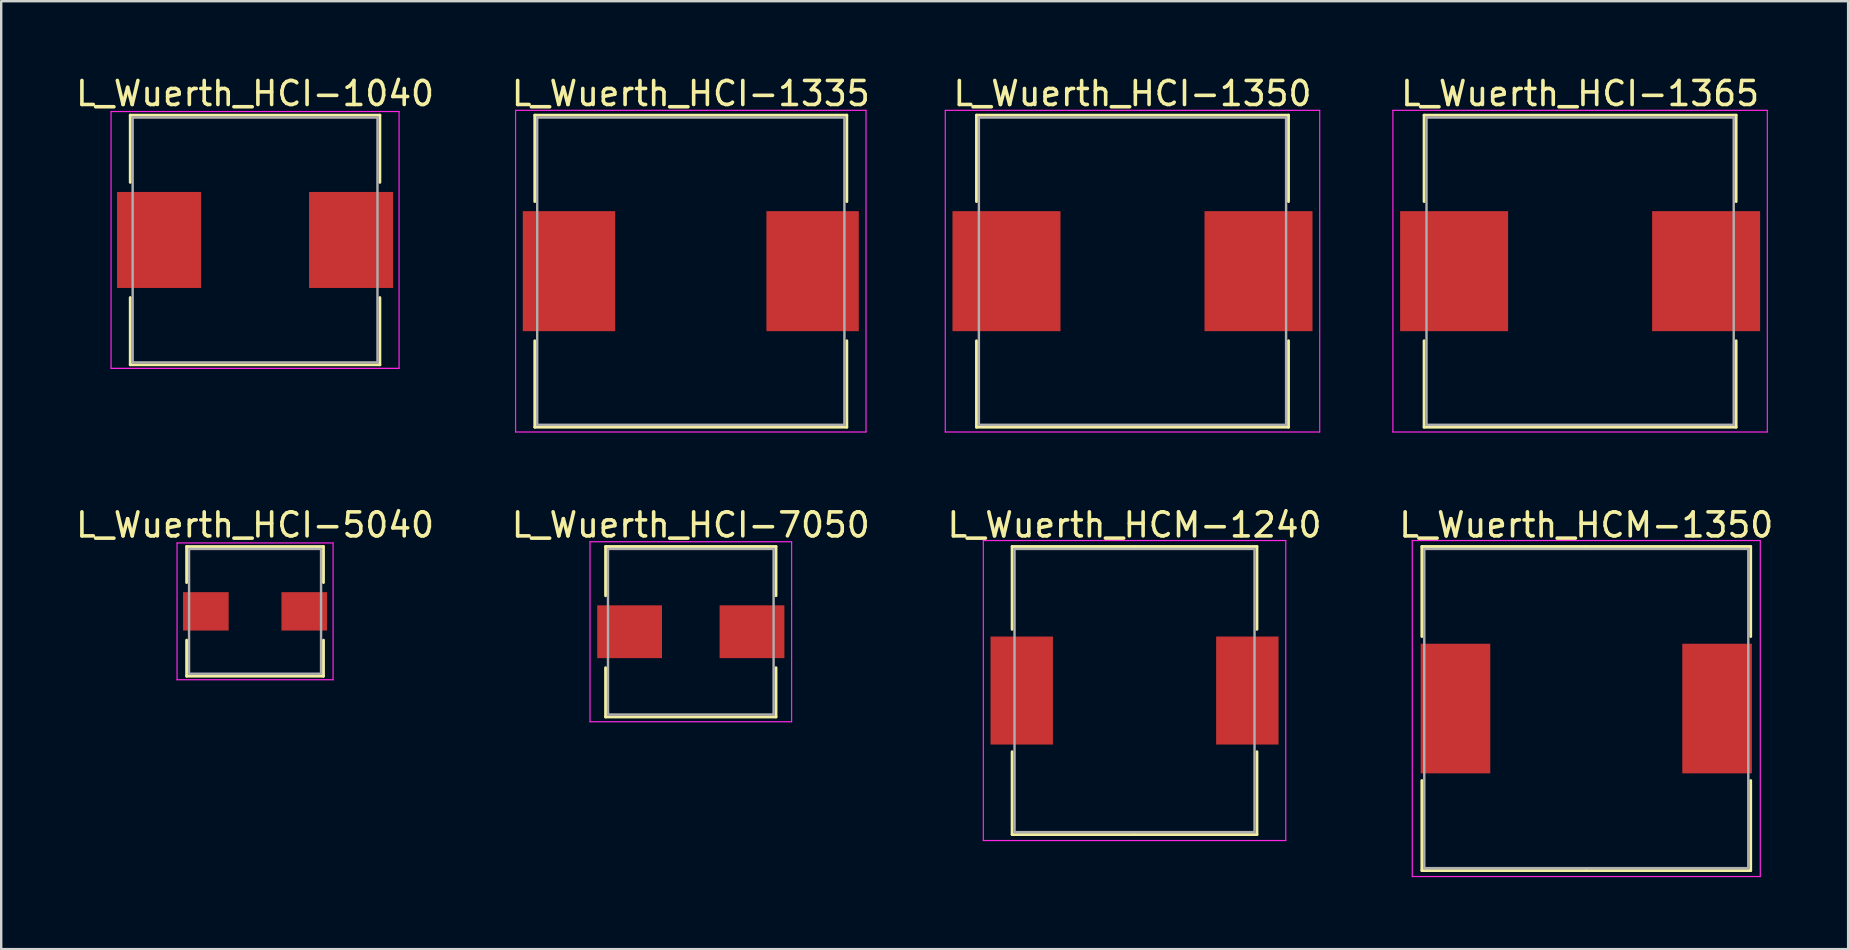
<source format=kicad_pcb>
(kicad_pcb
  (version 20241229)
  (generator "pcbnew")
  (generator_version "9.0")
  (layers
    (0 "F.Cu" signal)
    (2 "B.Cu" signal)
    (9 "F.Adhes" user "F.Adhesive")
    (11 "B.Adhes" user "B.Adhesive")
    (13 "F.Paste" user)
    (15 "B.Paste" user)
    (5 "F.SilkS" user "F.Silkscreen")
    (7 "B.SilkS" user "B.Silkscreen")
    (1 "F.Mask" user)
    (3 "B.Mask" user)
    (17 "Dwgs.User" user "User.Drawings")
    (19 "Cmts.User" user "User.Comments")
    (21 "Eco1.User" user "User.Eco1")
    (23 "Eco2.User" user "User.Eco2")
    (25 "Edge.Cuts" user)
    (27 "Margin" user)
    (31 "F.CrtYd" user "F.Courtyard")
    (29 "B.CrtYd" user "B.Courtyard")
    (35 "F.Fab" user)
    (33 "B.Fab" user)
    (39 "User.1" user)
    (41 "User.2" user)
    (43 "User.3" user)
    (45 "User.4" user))
  (footprint "L_Wuerth_HCI-1350"
    (layer "F.Cu")
    (at 44.135 8.248)
    (property "Reference" "L_Wuerth_HCI-1350" (at 0 -7.4 0) (layer "F.SilkS") (effects (font (size 1 1) (thickness 0.15))))
    (attr smd)
    (fp_line (start -6.5 -6.5) (end 6.5 -6.5) (stroke (width 0.12) (type solid)) (layer "F.SilkS"))
    (fp_line (start -6.5 -2.9) (end -6.5 -6.5) (stroke (width 0.12) (type solid)) (layer "F.SilkS"))
    (fp_line (start -6.5 2.9) (end -6.5 6.5) (stroke (width 0.12) (type solid)) (layer "F.SilkS"))
    (fp_line (start -6.5 6.5) (end 6.5 6.5) (stroke (width 0.12) (type solid)) (layer "F.SilkS"))
    (fp_line (start 6.5 -6.5) (end 6.5 -2.9) (stroke (width 0.12) (type solid)) (layer "F.SilkS"))
    (fp_line (start 6.5 6.5) (end 6.5 2.9) (stroke (width 0.12) (type solid)) (layer "F.SilkS"))
    (fp_line (start -7.8 -6.7) (end -7.8 6.7) (stroke (width 0.05) (type solid)) (layer "F.CrtYd"))
    (fp_line (start -7.8 6.7) (end 7.8 6.7) (stroke (width 0.05) (type solid)) (layer "F.CrtYd"))
    (fp_line (start 7.8 -6.7) (end -7.8 -6.7) (stroke (width 0.05) (type solid)) (layer "F.CrtYd"))
    (fp_line (start 7.8 6.7) (end 7.8 -6.7) (stroke (width 0.05) (type solid)) (layer "F.CrtYd"))
    (fp_line (start -6.4 -6.4) (end -6.4 6.4) (stroke (width 0.1) (type solid)) (layer "F.Fab"))
    (fp_line (start -6.4 6.4) (end 6.4 6.4) (stroke (width 0.1) (type solid)) (layer "F.Fab"))
    (fp_line (start 6.4 -6.4) (end -6.4 -6.4) (stroke (width 0.1) (type solid)) (layer "F.Fab"))
    (fp_line (start 6.4 6.4) (end 6.4 -6.4) (stroke (width 0.1) (type solid)) (layer "F.Fab"))
    (pad "1" smd rect (at -5.25 0) (size 4.5 5) (layers "F.Cu" "F.Mask" "F.Paste"))
    (pad "2" smd rect (at 5.25 0) (size 4.5 5) (layers "F.Cu" "F.Mask" "F.Paste")))
  (footprint "L_Wuerth_HCM-1240"
    (layer "F.Cu")
    (at 44.22 25.721)
    (property "Reference" "L_Wuerth_HCM-1240" (at 0 -6.9 0) (layer "F.SilkS") (effects (font (size 1 1) (thickness 0.15))))
    (attr smd)
    (fp_line (start -5.1 -6) (end 0 -6) (stroke (width 0.12) (type solid)) (layer "F.SilkS"))
    (fp_line (start -5.1 -2.55) (end -5.1 -6) (stroke (width 0.12) (type solid)) (layer "F.SilkS"))
    (fp_line (start -5.1 2.55) (end -5.1 6) (stroke (width 0.12) (type solid)) (layer "F.SilkS"))
    (fp_line (start -5.1 6) (end 0 6) (stroke (width 0.12) (type solid)) (layer "F.SilkS"))
    (fp_line (start 5.1 -6) (end 0 -6) (stroke (width 0.12) (type solid)) (layer "F.SilkS"))
    (fp_line (start 5.1 -2.55) (end 5.1 -6) (stroke (width 0.12) (type solid)) (layer "F.SilkS"))
    (fp_line (start 5.1 2.55) (end 5.1 6) (stroke (width 0.12) (type solid)) (layer "F.SilkS"))
    (fp_line (start 5.1 6) (end 0 6) (stroke (width 0.12) (type solid)) (layer "F.SilkS"))
    (fp_line (start -6.3 -6.25) (end -6.3 6.25) (stroke (width 0.05) (type solid)) (layer "F.CrtYd"))
    (fp_line (start -6.3 6.25) (end 6.3 6.25) (stroke (width 0.05) (type solid)) (layer "F.CrtYd"))
    (fp_line (start 6.3 -6.25) (end -6.3 -6.25) (stroke (width 0.05) (type solid)) (layer "F.CrtYd"))
    (fp_line (start 6.3 6.25) (end 6.3 -6.25) (stroke (width 0.05) (type solid)) (layer "F.CrtYd"))
    (fp_line (start -5 -5.9) (end -5 5.9) (stroke (width 0.1) (type solid)) (layer "F.Fab"))
    (fp_line (start -5 5.9) (end 5 5.9) (stroke (width 0.1) (type solid)) (layer "F.Fab"))
    (fp_line (start 5 -5.9) (end -5 -5.9) (stroke (width 0.1) (type solid)) (layer "F.Fab"))
    (fp_line (start 5 5.9) (end 5 -5.9) (stroke (width 0.1) (type solid)) (layer "F.Fab"))
    (pad "1" smd rect (at -4.7 0) (size 2.6 4.5) (layers "F.Cu" "F.Mask" "F.Paste"))
    (pad "2" smd rect (at 4.7 0) (size 2.6 4.5) (layers "F.Cu" "F.Mask" "F.Paste")))
  (footprint "L_Wuerth_HCI-1040"
    (layer "F.Cu")
    (at 7.577 6.948)
    (property "Reference" "L_Wuerth_HCI-1040" (at 0 -6.1 0) (layer "F.SilkS") (effects (font (size 1 1) (thickness 0.15))))
    (attr smd)
    (fp_line (start -5.2 -5.2) (end 5.2 -5.2) (stroke (width 0.12) (type solid)) (layer "F.SilkS"))
    (fp_line (start -5.2 -2.4) (end -5.2 -5.2) (stroke (width 0.12) (type solid)) (layer "F.SilkS"))
    (fp_line (start -5.2 2.4) (end -5.2 5.2) (stroke (width 0.12) (type solid)) (layer "F.SilkS"))
    (fp_line (start -5.2 5.2) (end 5.2 5.2) (stroke (width 0.12) (type solid)) (layer "F.SilkS"))
    (fp_line (start 5.2 -5.2) (end 5.2 -2.4) (stroke (width 0.12) (type solid)) (layer "F.SilkS"))
    (fp_line (start 5.2 5.2) (end 5.2 2.4) (stroke (width 0.12) (type solid)) (layer "F.SilkS"))
    (fp_line (start -6 -5.35) (end -6 5.35) (stroke (width 0.05) (type solid)) (layer "F.CrtYd"))
    (fp_line (start -6 5.35) (end 6 5.35) (stroke (width 0.05) (type solid)) (layer "F.CrtYd"))
    (fp_line (start 6 -5.35) (end -6 -5.35) (stroke (width 0.05) (type solid)) (layer "F.CrtYd"))
    (fp_line (start 6 5.35) (end 6 -5.35) (stroke (width 0.05) (type solid)) (layer "F.CrtYd"))
    (fp_line (start -5.1 -5.1) (end -5.1 5.1) (stroke (width 0.1) (type solid)) (layer "F.Fab"))
    (fp_line (start -5.1 5.1) (end 5.1 5.1) (stroke (width 0.1) (type solid)) (layer "F.Fab"))
    (fp_line (start 5.1 -5.1) (end -5.1 -5.1) (stroke (width 0.1) (type solid)) (layer "F.Fab"))
    (fp_line (start 5.1 5.1) (end 5.1 -5.1) (stroke (width 0.1) (type solid)) (layer "F.Fab"))
    (pad "1" smd rect (at -4 0) (size 3.5 4) (layers "F.Cu" "F.Mask" "F.Paste"))
    (pad "2" smd rect (at 4 0) (size 3.5 4) (layers "F.Cu" "F.Mask" "F.Paste")))
  (footprint "L_Wuerth_HCI-1365"
    (layer "F.Cu")
    (at 62.785 8.248)
    (property "Reference" "L_Wuerth_HCI-1365" (at 0 -7.4 0) (layer "F.SilkS") (effects (font (size 1 1) (thickness 0.15))))
    (attr smd)
    (fp_line (start -6.5 -6.5) (end 6.5 -6.5) (stroke (width 0.12) (type solid)) (layer "F.SilkS"))
    (fp_line (start -6.5 -2.9) (end -6.5 -6.5) (stroke (width 0.12) (type solid)) (layer "F.SilkS"))
    (fp_line (start -6.5 2.9) (end -6.5 6.5) (stroke (width 0.12) (type solid)) (layer "F.SilkS"))
    (fp_line (start -6.5 6.5) (end 6.5 6.5) (stroke (width 0.12) (type solid)) (layer "F.SilkS"))
    (fp_line (start 6.5 -6.5) (end 6.5 -2.9) (stroke (width 0.12) (type solid)) (layer "F.SilkS"))
    (fp_line (start 6.5 6.5) (end 6.5 2.9) (stroke (width 0.12) (type solid)) (layer "F.SilkS"))
    (fp_line (start -7.8 -6.7) (end -7.8 6.7) (stroke (width 0.05) (type solid)) (layer "F.CrtYd"))
    (fp_line (start -7.8 6.7) (end 7.8 6.7) (stroke (width 0.05) (type solid)) (layer "F.CrtYd"))
    (fp_line (start 7.8 -6.7) (end -7.8 -6.7) (stroke (width 0.05) (type solid)) (layer "F.CrtYd"))
    (fp_line (start 7.8 6.7) (end 7.8 -6.7) (stroke (width 0.05) (type solid)) (layer "F.CrtYd"))
    (fp_line (start -6.4 -6.4) (end -6.4 6.4) (stroke (width 0.1) (type solid)) (layer "F.Fab"))
    (fp_line (start -6.4 6.4) (end 6.4 6.4) (stroke (width 0.1) (type solid)) (layer "F.Fab"))
    (fp_line (start 6.4 -6.4) (end -6.4 -6.4) (stroke (width 0.1) (type solid)) (layer "F.Fab"))
    (fp_line (start 6.4 6.4) (end 6.4 -6.4) (stroke (width 0.1) (type solid)) (layer "F.Fab"))
    (pad "1" smd rect (at -5.25 0) (size 4.5 5) (layers "F.Cu" "F.Mask" "F.Paste"))
    (pad "2" smd rect (at 5.25 0) (size 4.5 5) (layers "F.Cu" "F.Mask" "F.Paste")))
  (footprint "L_Wuerth_HCI-5040"
    (layer "F.Cu")
    (at 7.577 22.422)
    (property "Reference" "L_Wuerth_HCI-5040" (at 0 -3.6 0) (layer "F.SilkS") (effects (font (size 1 1) (thickness 0.15))))
    (attr smd)
    (fp_line (start -2.85 -2.7) (end 2.85 -2.7) (stroke (width 0.12) (type solid)) (layer "F.SilkS"))
    (fp_line (start -2.85 -1.2) (end -2.85 -2.7) (stroke (width 0.12) (type solid)) (layer "F.SilkS"))
    (fp_line (start -2.85 1.2) (end -2.85 2.7) (stroke (width 0.12) (type solid)) (layer "F.SilkS"))
    (fp_line (start -2.85 2.7) (end 2.85 2.7) (stroke (width 0.12) (type solid)) (layer "F.SilkS"))
    (fp_line (start 2.85 -2.7) (end 2.85 -1.2) (stroke (width 0.12) (type solid)) (layer "F.SilkS"))
    (fp_line (start 2.85 2.7) (end 2.85 1.2) (stroke (width 0.12) (type solid)) (layer "F.SilkS"))
    (fp_line (start -3.25 -2.85) (end -3.25 2.85) (stroke (width 0.05) (type solid)) (layer "F.CrtYd"))
    (fp_line (start -3.25 2.85) (end 3.25 2.85) (stroke (width 0.05) (type solid)) (layer "F.CrtYd"))
    (fp_line (start 3.25 -2.85) (end -3.25 -2.85) (stroke (width 0.05) (type solid)) (layer "F.CrtYd"))
    (fp_line (start 3.25 2.85) (end 3.25 -2.85) (stroke (width 0.05) (type solid)) (layer "F.CrtYd"))
    (fp_line (start -2.75 -2.6) (end -2.75 2.6) (stroke (width 0.1) (type solid)) (layer "F.Fab"))
    (fp_line (start -2.75 2.6) (end 2.75 2.6) (stroke (width 0.1) (type solid)) (layer "F.Fab"))
    (fp_line (start 2.75 -2.6) (end -2.75 -2.6) (stroke (width 0.1) (type solid)) (layer "F.Fab"))
    (fp_line (start 2.75 2.6) (end 2.75 -2.6) (stroke (width 0.1) (type solid)) (layer "F.Fab"))
    (pad "1" smd rect (at -2.05 0) (size 1.9 1.6) (layers "F.Cu" "F.Mask" "F.Paste"))
    (pad "2" smd rect (at 2.05 0) (size 1.9 1.6) (layers "F.Cu" "F.Mask" "F.Paste")))
  (footprint "L_Wuerth_HCI-1335"
    (layer "F.Cu")
    (at 25.732 8.248)
    (property "Reference" "L_Wuerth_HCI-1335" (at 0 -7.4 0) (layer "F.SilkS") (effects (font (size 1 1) (thickness 0.15))))
    (attr smd)
    (fp_line (start -6.5 -6.5) (end 6.5 -6.5) (stroke (width 0.12) (type solid)) (layer "F.SilkS"))
    (fp_line (start -6.5 -2.9) (end -6.5 -6.5) (stroke (width 0.12) (type solid)) (layer "F.SilkS"))
    (fp_line (start -6.5 2.9) (end -6.5 6.5) (stroke (width 0.12) (type solid)) (layer "F.SilkS"))
    (fp_line (start -6.5 6.5) (end 6.5 6.5) (stroke (width 0.12) (type solid)) (layer "F.SilkS"))
    (fp_line (start 6.5 -6.5) (end 6.5 -2.9) (stroke (width 0.12) (type solid)) (layer "F.SilkS"))
    (fp_line (start 6.5 6.5) (end 6.5 2.9) (stroke (width 0.12) (type solid)) (layer "F.SilkS"))
    (fp_line (start -7.3 -6.7) (end -7.3 6.7) (stroke (width 0.05) (type solid)) (layer "F.CrtYd"))
    (fp_line (start -7.3 6.7) (end 7.3 6.7) (stroke (width 0.05) (type solid)) (layer "F.CrtYd"))
    (fp_line (start 7.3 -6.7) (end -7.3 -6.7) (stroke (width 0.05) (type solid)) (layer "F.CrtYd"))
    (fp_line (start 7.3 6.7) (end 7.3 -6.7) (stroke (width 0.05) (type solid)) (layer "F.CrtYd"))
    (fp_line (start -6.4 -6.4) (end -6.4 6.4) (stroke (width 0.1) (type solid)) (layer "F.Fab"))
    (fp_line (start -6.4 6.4) (end 6.4 6.4) (stroke (width 0.1) (type solid)) (layer "F.Fab"))
    (fp_line (start 6.4 -6.4) (end -6.4 -6.4) (stroke (width 0.1) (type solid)) (layer "F.Fab"))
    (fp_line (start 6.4 6.4) (end 6.4 -6.4) (stroke (width 0.1) (type solid)) (layer "F.Fab"))
    (pad "1" smd rect (at -5.075 0) (size 3.85 5) (layers "F.Cu" "F.Mask" "F.Paste"))
    (pad "2" smd rect (at 5.075 0) (size 3.85 5) (layers "F.Cu" "F.Mask" "F.Paste")))
  (footprint "L_Wuerth_HCI-7050"
    (layer "F.Cu")
    (at 25.732 23.271)
    (property "Reference" "L_Wuerth_HCI-7050" (at 0 -4.45 0) (layer "F.SilkS") (effects (font (size 1 1) (thickness 0.15))))
    (attr smd)
    (fp_line (start -3.55 -3.55) (end 3.55 -3.55) (stroke (width 0.12) (type solid)) (layer "F.SilkS"))
    (fp_line (start -3.55 -1.5) (end -3.55 -3.55) (stroke (width 0.12) (type solid)) (layer "F.SilkS"))
    (fp_line (start -3.55 1.5) (end -3.55 3.55) (stroke (width 0.12) (type solid)) (layer "F.SilkS"))
    (fp_line (start -3.55 3.55) (end 3.55 3.55) (stroke (width 0.12) (type solid)) (layer "F.SilkS"))
    (fp_line (start 3.55 -3.55) (end 3.55 -1.5) (stroke (width 0.12) (type solid)) (layer "F.SilkS"))
    (fp_line (start 3.55 3.55) (end 3.55 1.5) (stroke (width 0.12) (type solid)) (layer "F.SilkS"))
    (fp_line (start -4.2 -3.75) (end -4.2 3.75) (stroke (width 0.05) (type solid)) (layer "F.CrtYd"))
    (fp_line (start -4.2 3.75) (end 4.2 3.75) (stroke (width 0.05) (type solid)) (layer "F.CrtYd"))
    (fp_line (start 4.2 -3.75) (end -4.2 -3.75) (stroke (width 0.05) (type solid)) (layer "F.CrtYd"))
    (fp_line (start 4.2 3.75) (end 4.2 -3.75) (stroke (width 0.05) (type solid)) (layer "F.CrtYd"))
    (fp_line (start -3.45 -3.45) (end -3.45 3.45) (stroke (width 0.1) (type solid)) (layer "F.Fab"))
    (fp_line (start -3.45 3.45) (end 3.45 3.45) (stroke (width 0.1) (type solid)) (layer "F.Fab"))
    (fp_line (start 3.45 -3.45) (end -3.45 -3.45) (stroke (width 0.1) (type solid)) (layer "F.Fab"))
    (fp_line (start 3.45 3.45) (end 3.45 -3.45) (stroke (width 0.1) (type solid)) (layer "F.Fab"))
    (pad "1" smd rect (at -2.55 0) (size 2.7 2.2) (layers "F.Cu" "F.Mask" "F.Paste"))
    (pad "2" smd rect (at 2.55 0) (size 2.7 2.2) (layers "F.Cu" "F.Mask" "F.Paste")))
  (footprint "L_Wuerth_HCM-1350"
    (layer "F.Cu")
    (at 63.042 26.471)
    (property "Reference" "L_Wuerth_HCM-1350" (at 0 -7.65 0) (layer "F.SilkS") (effects (font (size 1 1) (thickness 0.15))))
    (attr smd)
    (fp_line (start -6.85 -6.75) (end 0 -6.75) (stroke (width 0.12) (type solid)) (layer "F.SilkS"))
    (fp_line (start -6.85 -3) (end -6.85 -6.75) (stroke (width 0.12) (type solid)) (layer "F.SilkS"))
    (fp_line (start -6.85 3) (end -6.85 6.75) (stroke (width 0.12) (type solid)) (layer "F.SilkS"))
    (fp_line (start -6.85 6.75) (end 0 6.75) (stroke (width 0.12) (type solid)) (layer "F.SilkS"))
    (fp_line (start 6.85 -6.75) (end 0 -6.75) (stroke (width 0.12) (type solid)) (layer "F.SilkS"))
    (fp_line (start 6.85 -3) (end 6.85 -6.75) (stroke (width 0.12) (type solid)) (layer "F.SilkS"))
    (fp_line (start 6.85 3) (end 6.85 6.75) (stroke (width 0.12) (type solid)) (layer "F.SilkS"))
    (fp_line (start 6.85 6.75) (end 0 6.75) (stroke (width 0.12) (type solid)) (layer "F.SilkS"))
    (fp_line (start -7.25 -7) (end -7.25 7) (stroke (width 0.05) (type solid)) (layer "F.CrtYd"))
    (fp_line (start -7.25 7) (end 7.25 7) (stroke (width 0.05) (type solid)) (layer "F.CrtYd"))
    (fp_line (start 7.25 -7) (end -7.25 -7) (stroke (width 0.05) (type solid)) (layer "F.CrtYd"))
    (fp_line (start 7.25 7) (end 7.25 -7) (stroke (width 0.05) (type solid)) (layer "F.CrtYd"))
    (fp_line (start -6.75 -6.65) (end -6.75 6.65) (stroke (width 0.1) (type solid)) (layer "F.Fab"))
    (fp_line (start -6.75 6.65) (end 6.75 6.65) (stroke (width 0.1) (type solid)) (layer "F.Fab"))
    (fp_line (start 6.75 -6.65) (end -6.75 -6.65) (stroke (width 0.1) (type solid)) (layer "F.Fab"))
    (fp_line (start 6.75 6.65) (end 6.75 -6.65) (stroke (width 0.1) (type solid)) (layer "F.Fab"))
    (pad "1" smd rect (at -5.45 0) (size 2.9 5.4) (layers "F.Cu" "F.Mask" "F.Paste"))
    (pad "2" smd rect (at 5.45 0) (size 2.9 5.4) (layers "F.Cu" "F.Mask" "F.Paste")))
  (gr_rect
    (start -3 -3)
    (end 73.952 36.496)
    (stroke (width 0.1) (type default))
    (fill no)
    (layer "Edge.Cuts")))
</source>
